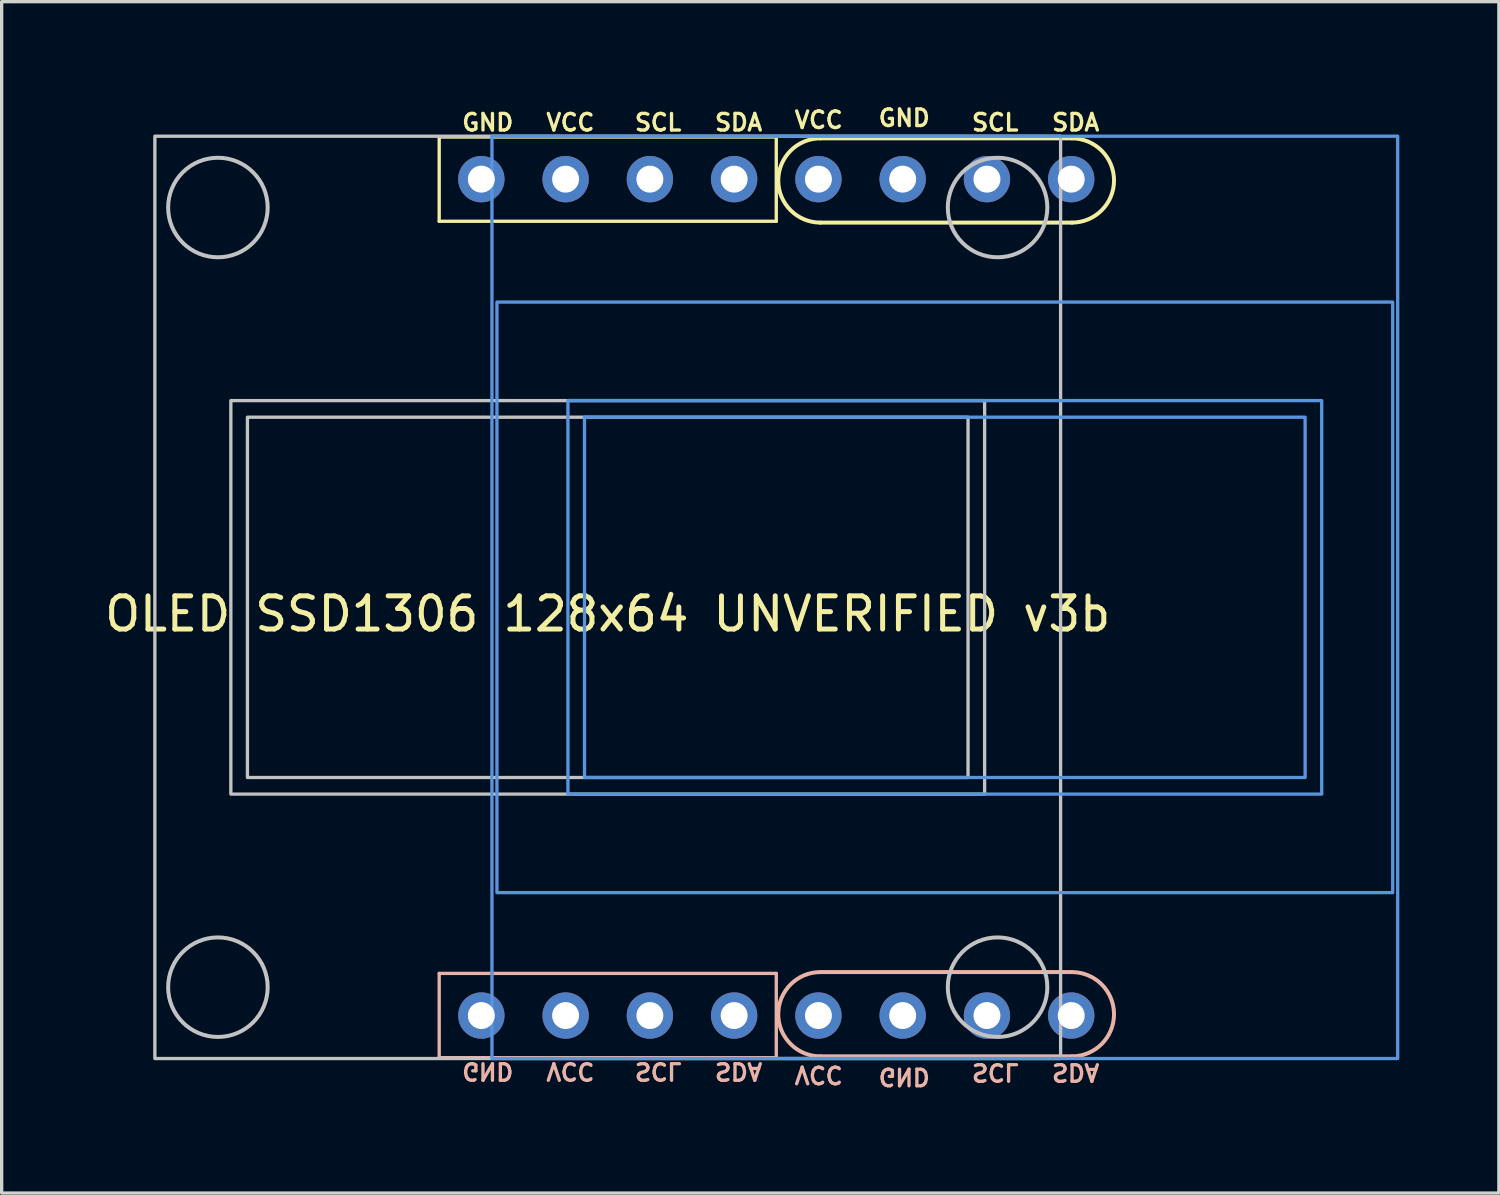
<source format=kicad_pcb>
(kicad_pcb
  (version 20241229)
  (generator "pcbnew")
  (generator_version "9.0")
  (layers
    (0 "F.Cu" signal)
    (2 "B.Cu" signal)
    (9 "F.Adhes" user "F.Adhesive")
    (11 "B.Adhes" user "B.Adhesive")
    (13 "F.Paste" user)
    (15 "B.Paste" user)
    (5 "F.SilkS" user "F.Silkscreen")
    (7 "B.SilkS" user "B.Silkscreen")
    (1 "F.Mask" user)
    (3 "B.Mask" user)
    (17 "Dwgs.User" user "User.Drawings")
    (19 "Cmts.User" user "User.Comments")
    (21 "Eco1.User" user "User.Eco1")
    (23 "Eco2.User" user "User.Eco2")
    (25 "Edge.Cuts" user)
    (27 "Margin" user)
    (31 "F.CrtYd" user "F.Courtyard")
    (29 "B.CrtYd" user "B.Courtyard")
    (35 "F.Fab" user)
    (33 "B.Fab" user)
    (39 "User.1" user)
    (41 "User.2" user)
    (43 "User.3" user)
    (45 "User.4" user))
  (footprint "OLED SSD1306 128x64 UNVERIFIED v3b"
    (layer "F.Cu")
    (at 15.258 14.985)
    (property "Reference" "OLED SSD1306 128x64 UNVERIFIED v3b" (at 0.01 0.47 0) (unlocked yes) (layer "F.SilkS") (effects (font (size 1 1) (thickness 0.15))))
    (attr through_hole exclude_from_pos_files exclude_from_bom)
    (fp_line (start -5.07 -11.365) (end -5.07 -13.905) (stroke (width 0.1) (type solid)) (layer "F.SilkS"))
    (fp_line (start -5.07 -11.365) (end 5.09 -11.365) (stroke (width 0.1) (type solid)) (layer "F.SilkS"))
    (fp_line (start 5.09 -13.905) (end -5.07 -13.905) (stroke (width 0.1) (type solid)) (layer "F.SilkS"))
    (fp_line (start 5.09 -13.905) (end 5.09 -11.365) (stroke (width 0.1) (type solid)) (layer "F.SilkS"))
    (fp_line (start 6.42 -11.325) (end 14 -11.325) (stroke (width 0.12) (type default)) (layer "F.SilkS"))
    (fp_line (start 14 -13.865) (end 6.42 -13.865) (stroke (width 0.12) (type default)) (layer "F.SilkS"))
    (fp_arc (start 6.42 -11.325) (mid 5.15 -12.595) (end 6.42 -13.865) (stroke (width 0.12) (type default)) (layer "F.SilkS"))
    (fp_arc (start 14 -13.865) (mid 15.27 -12.595) (end 14 -11.325) (stroke (width 0.12) (type default)) (layer "F.SilkS"))
    (fp_line (start -5.07 11.305) (end -5.07 13.845) (stroke (width 0.1) (type solid)) (layer "B.SilkS"))
    (fp_line (start -5.07 11.305) (end 5.09 11.305) (stroke (width 0.1) (type solid)) (layer "B.SilkS"))
    (fp_line (start 5.09 13.845) (end -5.07 13.845) (stroke (width 0.1) (type solid)) (layer "B.SilkS"))
    (fp_line (start 5.09 13.845) (end 5.09 11.305) (stroke (width 0.1) (type solid)) (layer "B.SilkS"))
    (fp_line (start 6.42 11.265) (end 14 11.265) (stroke (width 0.12) (type default)) (layer "B.SilkS"))
    (fp_line (start 14 13.805) (end 6.42 13.805) (stroke (width 0.12) (type default)) (layer "B.SilkS"))
    (fp_arc (start 6.42 13.805) (mid 5.15 12.535) (end 6.42 11.265) (stroke (width 0.12) (type default)) (layer "B.SilkS"))
    (fp_arc (start 14 11.265) (mid 15.27 12.535) (end 14 13.805) (stroke (width 0.12) (type default)) (layer "B.SilkS"))
    (fp_rect (start -11.35 5.9) (end 11.37 -5.96) (stroke (width 0.1) (type solid)) (fill no) (layer "Dwgs.User"))
    (fp_rect (start -10.85 5.4) (end 10.87 -5.46) (stroke (width 0.1) (type solid)) (fill no) (layer "Dwgs.User"))
    (fp_rect (start 13.66 13.87) (end -13.64 -13.93) (stroke (width 0.1) (type solid)) (fill no) (layer "Dwgs.User"))
    (fp_circle (center -11.74 -11.78) (end -10.24 -11.78) (stroke (width 0.12) (type default)) (fill no) (layer "Dwgs.User"))
    (fp_circle (center -11.74 11.72) (end -10.24 11.72) (stroke (width 0.12) (type default)) (fill no) (layer "Dwgs.User"))
    (fp_circle (center 11.76 -11.78) (end 13.26 -11.78) (stroke (width 0.12) (type default)) (fill no) (layer "Dwgs.User"))
    (fp_circle (center 11.76 11.72) (end 13.26 11.72) (stroke (width 0.12) (type default)) (fill no) (layer "Dwgs.User"))
    (fp_rect (start -3.48 -13.93) (end 23.82 13.87) (stroke (width 0.1) (type solid)) (fill no) (layer "Cmts.User"))
    (fp_rect (start 21.03 -5.46) (end -0.69 5.4) (stroke (width 0.1) (type solid)) (fill no) (layer "Cmts.User"))
    (fp_rect (start 21.53 -5.96) (end -1.19 5.9) (stroke (width 0.1) (type solid)) (fill no) (layer "Cmts.User"))
    (fp_rect (start 23.67 -8.93) (end -3.33 8.87) (stroke (width 0.1) (type solid)) (fill no) (layer "Cmts.User"))
    (fp_rect (start -13.49 8.87) (end 13.51 -8.93) (stroke (width 0.1) (type solid)) (fill no) (layer "User.7"))
    (fp_text user "GND" (at 8.12 -14.185 0) (unlocked yes) (layer "F.SilkS") (effects (font (size 0.5 0.5) (thickness 0.1)) (justify left bottom)))
    (fp_text user "GND" (at -4.435 -14.05 0) (unlocked yes) (layer "F.SilkS") (effects (font (size 0.5 0.5) (thickness 0.1)) (justify left bottom)))
    (fp_text user "SCL" (at 0.772 -14.05 0) (unlocked yes) (layer "F.SilkS") (effects (font (size 0.5 0.5) (thickness 0.1)) (justify left bottom)))
    (fp_text user "SDA" (at 3.185 -14.05 0) (unlocked yes) (layer "F.SilkS") (effects (font (size 0.5 0.5) (thickness 0.1)) (justify left bottom)))
    (fp_text user "SDA" (at 13.345 -14.05 0) (unlocked yes) (layer "F.SilkS") (effects (font (size 0.5 0.5) (thickness 0.1)) (justify left bottom)))
    (fp_text user "VCC" (at -1.895 -14.05 0) (unlocked yes) (layer "F.SilkS") (effects (font (size 0.5 0.5) (thickness 0.1)) (justify left bottom)))
    (fp_text user "SCL" (at 10.932 -14.05 0) (unlocked yes) (layer "F.SilkS") (effects (font (size 0.5 0.5) (thickness 0.1)) (justify left bottom)))
    (fp_text user "VCC" (at 5.59 -14.125 0) (unlocked yes) (layer "F.SilkS") (effects (font (size 0.5 0.5) (thickness 0.1)) (justify left bottom)))
    (fp_text user "GND" (at -4.435 13.96 180) (unlocked yes) (layer "B.SilkS") (effects (font (size 0.5 0.5) (thickness 0.1)) (justify left bottom mirror)))
    (fp_text user "SCL" (at 0.772 13.96 180) (unlocked yes) (layer "B.SilkS") (effects (font (size 0.5 0.5) (thickness 0.1)) (justify left bottom mirror)))
    (fp_text user "VCC" (at -1.895 13.96 180) (unlocked yes) (layer "B.SilkS") (effects (font (size 0.5 0.5) (thickness 0.1)) (justify left bottom mirror)))
    (fp_text user "SCL" (at 10.932 13.99 180) (unlocked yes) (layer "B.SilkS") (effects (font (size 0.5 0.5) (thickness 0.1)) (justify left bottom mirror)))
    (fp_text user "SDA" (at 13.345 13.99 180) (unlocked yes) (layer "B.SilkS") (effects (font (size 0.5 0.5) (thickness 0.1)) (justify left bottom mirror)))
    (fp_text user "VCC" (at 5.59 14.065 180) (unlocked yes) (layer "B.SilkS") (effects (font (size 0.5 0.5) (thickness 0.1)) (justify left bottom mirror)))
    (fp_text user "SDA" (at 3.185 13.96 180) (unlocked yes) (layer "B.SilkS") (effects (font (size 0.5 0.5) (thickness 0.1)) (justify left bottom mirror)))
    (fp_text user "GND" (at 8.12 14.125 180) (unlocked yes) (layer "B.SilkS") (effects (font (size 0.5 0.5) (thickness 0.1)) (justify left bottom mirror)))
    (pad "1" thru_hole circle (at 3.82 -12.635) (size 1.397 1.397) (drill 0.813) (layers "*.Cu" "B.Mask"))
    (pad "1" thru_hole circle (at 3.82 12.575 180) (size 1.397 1.397) (drill 0.813) (layers "*.Cu" "F.Mask"))
    (pad "1" thru_hole circle (at 13.98 -12.635) (size 1.397 1.397) (drill 0.813) (layers "*.Cu" "B.Mask"))
    (pad "1" thru_hole circle (at 13.98 12.575 180) (size 1.397 1.397) (drill 0.813) (layers "*.Cu" "F.Mask"))
    (pad "2" thru_hole circle (at 1.28 -12.635) (size 1.397 1.397) (drill 0.813) (layers "*.Cu" "B.Mask"))
    (pad "2" thru_hole circle (at 1.28 12.575 180) (size 1.397 1.397) (drill 0.813) (layers "*.Cu" "F.Mask"))
    (pad "2" thru_hole circle (at 11.44 -12.635) (size 1.397 1.397) (drill 0.813) (layers "*.Cu" "B.Mask"))
    (pad "2" thru_hole circle (at 11.44 12.575 180) (size 1.397 1.397) (drill 0.813) (layers "*.Cu" "F.Mask"))
    (pad "3" thru_hole circle (at -1.26 -12.635) (size 1.397 1.397) (drill 0.813) (layers "*.Cu" "B.Mask"))
    (pad "3" thru_hole circle (at -1.26 12.575 180) (size 1.397 1.397) (drill 0.813) (layers "*.Cu" "F.Mask"))
    (pad "3" thru_hole circle (at 6.36 -12.635) (size 1.397 1.397) (drill 0.813) (layers "*.Cu" "B.Mask"))
    (pad "3" thru_hole circle (at 6.36 12.575 180) (size 1.397 1.397) (drill 0.813) (layers "*.Cu" "F.Mask"))
    (pad "4" thru_hole circle (at -3.8 -12.635) (size 1.397 1.397) (drill 0.813) (layers "*.Cu" "B.Mask"))
    (pad "4" thru_hole circle (at -3.8 12.575 180) (size 1.397 1.397) (drill 0.813) (layers "*.Cu" "F.Mask"))
    (pad "4" thru_hole circle (at 8.9 -12.635) (size 1.397 1.397) (drill 0.813) (layers "*.Cu" "B.Mask"))
    (pad "4" thru_hole circle (at 8.9 12.575 180) (size 1.397 1.397) (drill 0.813) (layers "*.Cu" "F.Mask")))
  (gr_rect
    (start -3 -3)
    (end 42.128 32.91)
    (stroke (width 0.1) (type default))
    (fill no)
    (layer "Edge.Cuts")))
</source>
